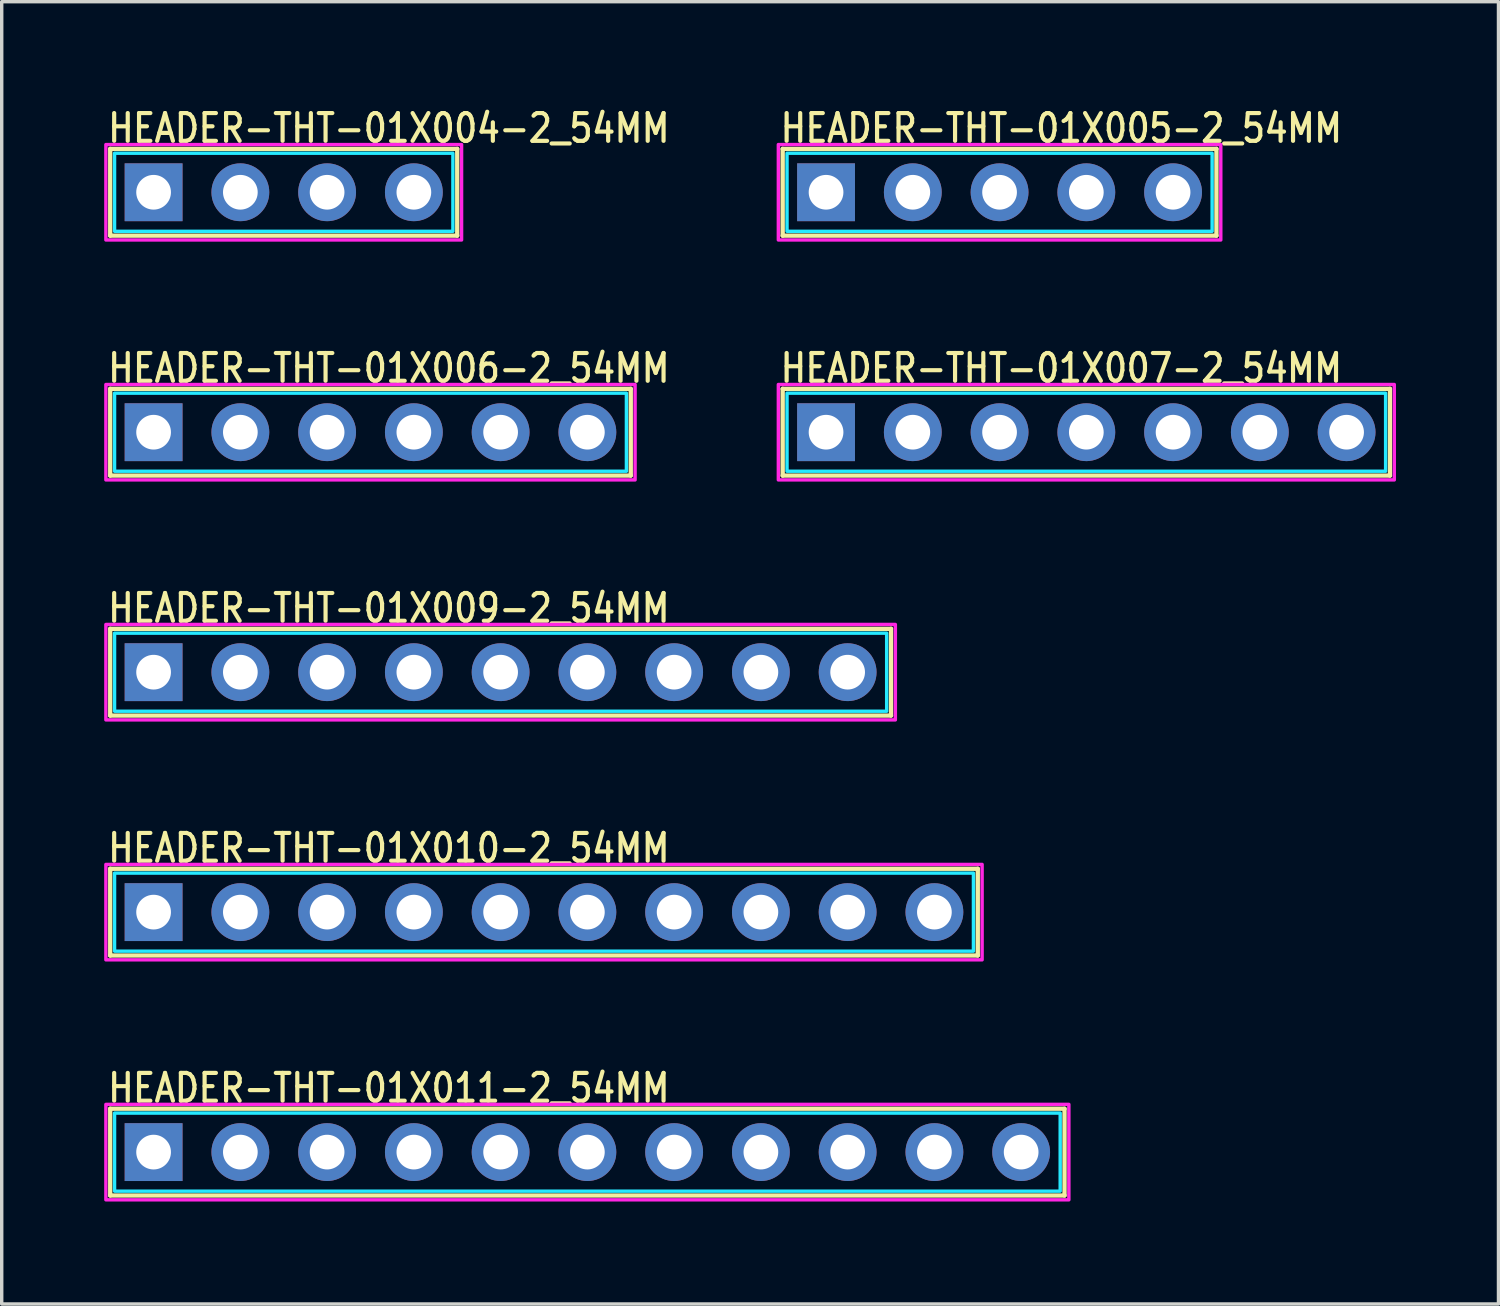
<source format=kicad_pcb>
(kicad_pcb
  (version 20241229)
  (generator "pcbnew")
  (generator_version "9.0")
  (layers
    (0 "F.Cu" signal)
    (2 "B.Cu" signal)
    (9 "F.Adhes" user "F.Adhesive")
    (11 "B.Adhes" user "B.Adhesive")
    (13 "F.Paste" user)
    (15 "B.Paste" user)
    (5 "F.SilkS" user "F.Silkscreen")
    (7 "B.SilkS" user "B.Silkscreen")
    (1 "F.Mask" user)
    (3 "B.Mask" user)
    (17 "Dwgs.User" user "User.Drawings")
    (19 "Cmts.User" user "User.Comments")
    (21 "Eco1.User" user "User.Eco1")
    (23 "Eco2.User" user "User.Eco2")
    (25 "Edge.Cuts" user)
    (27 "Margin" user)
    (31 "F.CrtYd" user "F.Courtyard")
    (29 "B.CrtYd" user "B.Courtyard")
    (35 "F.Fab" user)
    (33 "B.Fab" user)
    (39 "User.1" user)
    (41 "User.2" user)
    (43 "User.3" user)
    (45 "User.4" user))
  (footprint "HEADER-THT-01X007-2_54MM"
    (layer "F.Cu")
    (at 21.135 9.604)
    (property "Reference" "HEADER-THT-01X007-2_54MM" (at -1.4 -1.4 0) (unlocked yes) (layer "F.SilkS") (effects (font (size 0.813 0.695) (thickness 0.122)) (justify left bottom)))
    (fp_line (start -1.27 -1.27) (end -1.27 1.27) (stroke (width 0.127) (type solid)) (layer "F.SilkS"))
    (fp_line (start -1.27 1.27) (end 16.51 1.27) (stroke (width 0.127) (type solid)) (layer "F.SilkS"))
    (fp_line (start 16.51 -1.27) (end -1.27 -1.27) (stroke (width 0.127) (type solid)) (layer "F.SilkS"))
    (fp_line (start 16.51 1.27) (end 16.51 -1.27) (stroke (width 0.127) (type solid)) (layer "F.SilkS"))
    (fp_poly (pts (xy -1.143 -1.143) (xy 16.383 -1.143) (xy 16.383 1.143) (xy -1.143 1.143)) (stroke (width 0.1) (type solid)) (fill no) (layer "B.CrtYd"))
    (fp_poly (pts (xy -1.397 -1.397) (xy 16.637 -1.397) (xy 16.637 1.397) (xy -1.397 1.397)) (stroke (width 0.1) (type solid)) (fill no) (layer "F.CrtYd"))
    (pad "P$1" thru_hole rect (at 0 0) (size 1.693 1.693) (drill 1.016) (layers "*.Cu" "*.Mask"))
    (pad "P$2" thru_hole oval (at 2.54 0) (size 1.693 1.693) (drill 1.016) (layers "*.Cu" "*.Mask"))
    (pad "P$3" thru_hole oval (at 5.08 0) (size 1.693 1.693) (drill 1.016) (layers "*.Cu" "*.Mask"))
    (pad "P$4" thru_hole oval (at 7.62 0) (size 1.693 1.693) (drill 1.016) (layers "*.Cu" "*.Mask"))
    (pad "P$5" thru_hole oval (at 10.16 0) (size 1.693 1.693) (drill 1.016) (layers "*.Cu" "*.Mask"))
    (pad "P$6" thru_hole oval (at 12.7 0) (size 1.693 1.693) (drill 1.016) (layers "*.Cu" "*.Mask"))
    (pad "P$7" thru_hole oval (at 15.24 0) (size 1.693 1.693) (drill 1.016) (layers "*.Cu" "*.Mask")))
  (footprint "HEADER-THT-01X011-2_54MM"
    (layer "F.Cu")
    (at 1.447 30.681)
    (property "Reference" "HEADER-THT-01X011-2_54MM" (at -1.4 -1.4 0) (unlocked yes) (layer "F.SilkS") (effects (font (size 0.813 0.695) (thickness 0.122)) (justify left bottom)))
    (fp_line (start -1.27 -1.27) (end -1.27 1.27) (stroke (width 0.127) (type solid)) (layer "F.SilkS"))
    (fp_line (start -1.27 1.27) (end 26.67 1.27) (stroke (width 0.127) (type solid)) (layer "F.SilkS"))
    (fp_line (start 26.67 -1.27) (end -1.27 -1.27) (stroke (width 0.127) (type solid)) (layer "F.SilkS"))
    (fp_line (start 26.67 1.27) (end 26.67 -1.27) (stroke (width 0.127) (type solid)) (layer "F.SilkS"))
    (fp_poly (pts (xy -1.143 -1.143) (xy 26.543 -1.143) (xy 26.543 1.143) (xy -1.143 1.143)) (stroke (width 0.1) (type solid)) (fill no) (layer "B.CrtYd"))
    (fp_poly (pts (xy -1.397 -1.397) (xy 26.797 -1.397) (xy 26.797 1.397) (xy -1.397 1.397)) (stroke (width 0.1) (type solid)) (fill no) (layer "F.CrtYd"))
    (pad "P$1" thru_hole rect (at 0 0) (size 1.693 1.693) (drill 1.016) (layers "*.Cu" "*.Mask"))
    (pad "P$2" thru_hole oval (at 2.54 0) (size 1.693 1.693) (drill 1.016) (layers "*.Cu" "*.Mask"))
    (pad "P$3" thru_hole oval (at 5.08 0) (size 1.693 1.693) (drill 1.016) (layers "*.Cu" "*.Mask"))
    (pad "P$4" thru_hole oval (at 7.62 0) (size 1.693 1.693) (drill 1.016) (layers "*.Cu" "*.Mask"))
    (pad "P$5" thru_hole oval (at 10.16 0) (size 1.693 1.693) (drill 1.016) (layers "*.Cu" "*.Mask"))
    (pad "P$6" thru_hole oval (at 12.7 0) (size 1.693 1.693) (drill 1.016) (layers "*.Cu" "*.Mask"))
    (pad "P$7" thru_hole oval (at 15.24 0) (size 1.693 1.693) (drill 1.016) (layers "*.Cu" "*.Mask"))
    (pad "P$8" thru_hole oval (at 17.78 0) (size 1.693 1.693) (drill 1.016) (layers "*.Cu" "*.Mask"))
    (pad "P$9" thru_hole oval (at 20.32 0) (size 1.693 1.693) (drill 1.016) (layers "*.Cu" "*.Mask"))
    (pad "P$10" thru_hole oval (at 22.86 0) (size 1.693 1.693) (drill 1.016) (layers "*.Cu" "*.Mask"))
    (pad "P$11" thru_hole oval (at 25.4 0) (size 1.693 1.693) (drill 1.016) (layers "*.Cu" "*.Mask")))
  (footprint "HEADER-THT-01X009-2_54MM"
    (layer "F.Cu")
    (at 1.447 16.63)
    (property "Reference" "HEADER-THT-01X009-2_54MM" (at -1.4 -1.4 0) (unlocked yes) (layer "F.SilkS") (effects (font (size 0.813 0.695) (thickness 0.122)) (justify left bottom)))
    (fp_line (start -1.27 -1.27) (end -1.27 1.27) (stroke (width 0.127) (type solid)) (layer "F.SilkS"))
    (fp_line (start -1.27 1.27) (end 21.59 1.27) (stroke (width 0.127) (type solid)) (layer "F.SilkS"))
    (fp_line (start 21.59 -1.27) (end -1.27 -1.27) (stroke (width 0.127) (type solid)) (layer "F.SilkS"))
    (fp_line (start 21.59 1.27) (end 21.59 -1.27) (stroke (width 0.127) (type solid)) (layer "F.SilkS"))
    (fp_poly (pts (xy -1.143 -1.143) (xy 21.463 -1.143) (xy 21.463 1.143) (xy -1.143 1.143)) (stroke (width 0.1) (type solid)) (fill no) (layer "B.CrtYd"))
    (fp_poly (pts (xy -1.397 -1.397) (xy 21.717 -1.397) (xy 21.717 1.397) (xy -1.397 1.397)) (stroke (width 0.1) (type solid)) (fill no) (layer "F.CrtYd"))
    (pad "P$1" thru_hole rect (at 0 0) (size 1.693 1.693) (drill 1.016) (layers "*.Cu" "*.Mask"))
    (pad "P$2" thru_hole oval (at 2.54 0) (size 1.693 1.693) (drill 1.016) (layers "*.Cu" "*.Mask"))
    (pad "P$3" thru_hole oval (at 5.08 0) (size 1.693 1.693) (drill 1.016) (layers "*.Cu" "*.Mask"))
    (pad "P$4" thru_hole oval (at 7.62 0) (size 1.693 1.693) (drill 1.016) (layers "*.Cu" "*.Mask"))
    (pad "P$5" thru_hole oval (at 10.16 0) (size 1.693 1.693) (drill 1.016) (layers "*.Cu" "*.Mask"))
    (pad "P$6" thru_hole oval (at 12.7 0) (size 1.693 1.693) (drill 1.016) (layers "*.Cu" "*.Mask"))
    (pad "P$7" thru_hole oval (at 15.24 0) (size 1.693 1.693) (drill 1.016) (layers "*.Cu" "*.Mask"))
    (pad "P$8" thru_hole oval (at 17.78 0) (size 1.693 1.693) (drill 1.016) (layers "*.Cu" "*.Mask"))
    (pad "P$9" thru_hole oval (at 20.32 0) (size 1.693 1.693) (drill 1.016) (layers "*.Cu" "*.Mask")))
  (footprint "HEADER-THT-01X005-2_54MM"
    (layer "F.Cu")
    (at 21.135 2.579)
    (property "Reference" "HEADER-THT-01X005-2_54MM" (at -1.4 -1.4 0) (unlocked yes) (layer "F.SilkS") (effects (font (size 0.813 0.695) (thickness 0.122)) (justify left bottom)))
    (fp_line (start -1.27 -1.27) (end -1.27 1.27) (stroke (width 0.127) (type solid)) (layer "F.SilkS"))
    (fp_line (start -1.27 1.27) (end 11.43 1.27) (stroke (width 0.127) (type solid)) (layer "F.SilkS"))
    (fp_line (start 11.43 -1.27) (end -1.27 -1.27) (stroke (width 0.127) (type solid)) (layer "F.SilkS"))
    (fp_line (start 11.43 1.27) (end 11.43 -1.27) (stroke (width 0.127) (type solid)) (layer "F.SilkS"))
    (fp_poly (pts (xy -1.143 -1.143) (xy 11.303 -1.143) (xy 11.303 1.143) (xy -1.143 1.143)) (stroke (width 0.1) (type solid)) (fill no) (layer "B.CrtYd"))
    (fp_poly (pts (xy -1.397 -1.397) (xy 11.557 -1.397) (xy 11.557 1.397) (xy -1.397 1.397)) (stroke (width 0.1) (type solid)) (fill no) (layer "F.CrtYd"))
    (pad "P$1" thru_hole rect (at 0 0) (size 1.693 1.693) (drill 1.016) (layers "*.Cu" "*.Mask"))
    (pad "P$2" thru_hole oval (at 2.54 0) (size 1.693 1.693) (drill 1.016) (layers "*.Cu" "*.Mask"))
    (pad "P$3" thru_hole oval (at 5.08 0) (size 1.693 1.693) (drill 1.016) (layers "*.Cu" "*.Mask"))
    (pad "P$4" thru_hole oval (at 7.62 0) (size 1.693 1.693) (drill 1.016) (layers "*.Cu" "*.Mask"))
    (pad "P$5" thru_hole oval (at 10.16 0) (size 1.693 1.693) (drill 1.016) (layers "*.Cu" "*.Mask")))
  (footprint "HEADER-THT-01X006-2_54MM"
    (layer "F.Cu")
    (at 1.447 9.604)
    (property "Reference" "HEADER-THT-01X006-2_54MM" (at -1.4 -1.4 0) (unlocked yes) (layer "F.SilkS") (effects (font (size 0.813 0.695) (thickness 0.122)) (justify left bottom)))
    (fp_line (start -1.27 -1.27) (end -1.27 1.27) (stroke (width 0.127) (type solid)) (layer "F.SilkS"))
    (fp_line (start -1.27 1.27) (end 13.97 1.27) (stroke (width 0.127) (type solid)) (layer "F.SilkS"))
    (fp_line (start 13.97 -1.27) (end -1.27 -1.27) (stroke (width 0.127) (type solid)) (layer "F.SilkS"))
    (fp_line (start 13.97 1.27) (end 13.97 -1.27) (stroke (width 0.127) (type solid)) (layer "F.SilkS"))
    (fp_poly (pts (xy -1.143 -1.143) (xy 13.843 -1.143) (xy 13.843 1.143) (xy -1.143 1.143)) (stroke (width 0.1) (type solid)) (fill no) (layer "B.CrtYd"))
    (fp_poly (pts (xy -1.397 -1.397) (xy 14.097 -1.397) (xy 14.097 1.397) (xy -1.397 1.397)) (stroke (width 0.1) (type solid)) (fill no) (layer "F.CrtYd"))
    (pad "P$1" thru_hole rect (at 0 0) (size 1.693 1.693) (drill 1.016) (layers "*.Cu" "*.Mask"))
    (pad "P$2" thru_hole oval (at 2.54 0) (size 1.693 1.693) (drill 1.016) (layers "*.Cu" "*.Mask"))
    (pad "P$3" thru_hole oval (at 5.08 0) (size 1.693 1.693) (drill 1.016) (layers "*.Cu" "*.Mask"))
    (pad "P$4" thru_hole oval (at 7.62 0) (size 1.693 1.693) (drill 1.016) (layers "*.Cu" "*.Mask"))
    (pad "P$5" thru_hole oval (at 10.16 0) (size 1.693 1.693) (drill 1.016) (layers "*.Cu" "*.Mask"))
    (pad "P$6" thru_hole oval (at 12.7 0) (size 1.693 1.693) (drill 1.016) (layers "*.Cu" "*.Mask")))
  (footprint "HEADER-THT-01X004-2_54MM"
    (layer "F.Cu")
    (at 1.447 2.579)
    (property "Reference" "HEADER-THT-01X004-2_54MM" (at -1.4 -1.4 0) (unlocked yes) (layer "F.SilkS") (effects (font (size 0.813 0.695) (thickness 0.122)) (justify left bottom)))
    (fp_line (start -1.27 -1.27) (end -1.27 1.27) (stroke (width 0.127) (type solid)) (layer "F.SilkS"))
    (fp_line (start -1.27 1.27) (end 8.89 1.27) (stroke (width 0.127) (type solid)) (layer "F.SilkS"))
    (fp_line (start 8.89 -1.27) (end -1.27 -1.27) (stroke (width 0.127) (type solid)) (layer "F.SilkS"))
    (fp_line (start 8.89 1.27) (end 8.89 -1.27) (stroke (width 0.127) (type solid)) (layer "F.SilkS"))
    (fp_poly (pts (xy -1.143 -1.143) (xy 8.763 -1.143) (xy 8.763 1.143) (xy -1.143 1.143)) (stroke (width 0.1) (type solid)) (fill no) (layer "B.CrtYd"))
    (fp_poly (pts (xy -1.397 -1.397) (xy 9.017 -1.397) (xy 9.017 1.397) (xy -1.397 1.397)) (stroke (width 0.1) (type solid)) (fill no) (layer "F.CrtYd"))
    (pad "P$1" thru_hole rect (at 0 0) (size 1.693 1.693) (drill 1.016) (layers "*.Cu" "*.Mask"))
    (pad "P$2" thru_hole oval (at 2.54 0) (size 1.693 1.693) (drill 1.016) (layers "*.Cu" "*.Mask"))
    (pad "P$3" thru_hole oval (at 5.08 0) (size 1.693 1.693) (drill 1.016) (layers "*.Cu" "*.Mask"))
    (pad "P$4" thru_hole oval (at 7.62 0) (size 1.693 1.693) (drill 1.016) (layers "*.Cu" "*.Mask")))
  (footprint "HEADER-THT-01X010-2_54MM"
    (layer "F.Cu")
    (at 1.447 23.655)
    (property "Reference" "HEADER-THT-01X010-2_54MM" (at -1.4 -1.4 0) (unlocked yes) (layer "F.SilkS") (effects (font (size 0.813 0.695) (thickness 0.122)) (justify left bottom)))
    (fp_line (start -1.27 -1.27) (end -1.27 1.27) (stroke (width 0.127) (type solid)) (layer "F.SilkS"))
    (fp_line (start -1.27 1.27) (end 24.13 1.27) (stroke (width 0.127) (type solid)) (layer "F.SilkS"))
    (fp_line (start 24.13 -1.27) (end -1.27 -1.27) (stroke (width 0.127) (type solid)) (layer "F.SilkS"))
    (fp_line (start 24.13 1.27) (end 24.13 -1.27) (stroke (width 0.127) (type solid)) (layer "F.SilkS"))
    (fp_poly (pts (xy -1.143 -1.143) (xy 24.003 -1.143) (xy 24.003 1.143) (xy -1.143 1.143)) (stroke (width 0.1) (type solid)) (fill no) (layer "B.CrtYd"))
    (fp_poly (pts (xy -1.397 -1.397) (xy 24.257 -1.397) (xy 24.257 1.397) (xy -1.397 1.397)) (stroke (width 0.1) (type solid)) (fill no) (layer "F.CrtYd"))
    (pad "P$1" thru_hole rect (at 0 0) (size 1.693 1.693) (drill 1.016) (layers "*.Cu" "*.Mask"))
    (pad "P$2" thru_hole oval (at 2.54 0) (size 1.693 1.693) (drill 1.016) (layers "*.Cu" "*.Mask"))
    (pad "P$3" thru_hole oval (at 5.08 0) (size 1.693 1.693) (drill 1.016) (layers "*.Cu" "*.Mask"))
    (pad "P$4" thru_hole oval (at 7.62 0) (size 1.693 1.693) (drill 1.016) (layers "*.Cu" "*.Mask"))
    (pad "P$5" thru_hole oval (at 10.16 0) (size 1.693 1.693) (drill 1.016) (layers "*.Cu" "*.Mask"))
    (pad "P$6" thru_hole oval (at 12.7 0) (size 1.693 1.693) (drill 1.016) (layers "*.Cu" "*.Mask"))
    (pad "P$7" thru_hole oval (at 15.24 0) (size 1.693 1.693) (drill 1.016) (layers "*.Cu" "*.Mask"))
    (pad "P$8" thru_hole oval (at 17.78 0) (size 1.693 1.693) (drill 1.016) (layers "*.Cu" "*.Mask"))
    (pad "P$9" thru_hole oval (at 20.32 0) (size 1.693 1.693) (drill 1.016) (layers "*.Cu" "*.Mask"))
    (pad "P$10" thru_hole oval (at 22.86 0) (size 1.693 1.693) (drill 1.016) (layers "*.Cu" "*.Mask")))
  (gr_rect
    (start -3 -3)
    (end 40.822 35.128)
    (stroke (width 0.1) (type default))
    (fill no)
    (layer "Edge.Cuts")))
</source>
